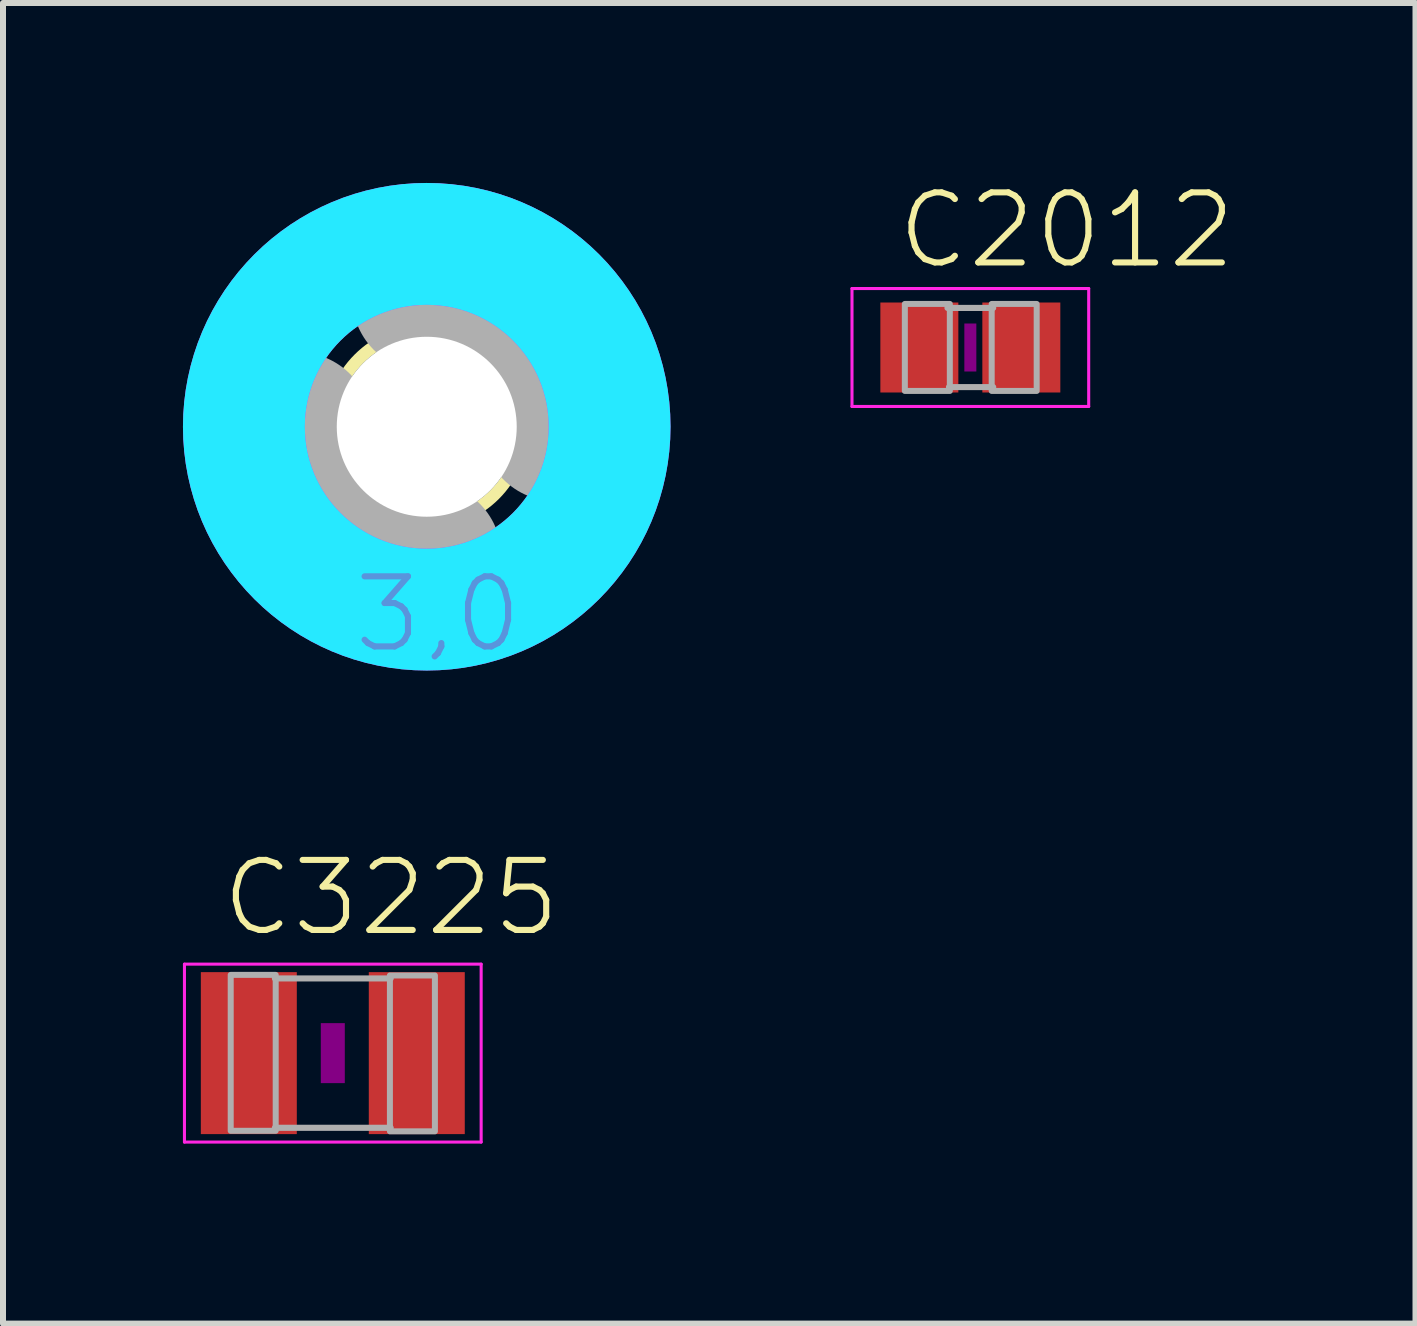
<source format=kicad_pcb>
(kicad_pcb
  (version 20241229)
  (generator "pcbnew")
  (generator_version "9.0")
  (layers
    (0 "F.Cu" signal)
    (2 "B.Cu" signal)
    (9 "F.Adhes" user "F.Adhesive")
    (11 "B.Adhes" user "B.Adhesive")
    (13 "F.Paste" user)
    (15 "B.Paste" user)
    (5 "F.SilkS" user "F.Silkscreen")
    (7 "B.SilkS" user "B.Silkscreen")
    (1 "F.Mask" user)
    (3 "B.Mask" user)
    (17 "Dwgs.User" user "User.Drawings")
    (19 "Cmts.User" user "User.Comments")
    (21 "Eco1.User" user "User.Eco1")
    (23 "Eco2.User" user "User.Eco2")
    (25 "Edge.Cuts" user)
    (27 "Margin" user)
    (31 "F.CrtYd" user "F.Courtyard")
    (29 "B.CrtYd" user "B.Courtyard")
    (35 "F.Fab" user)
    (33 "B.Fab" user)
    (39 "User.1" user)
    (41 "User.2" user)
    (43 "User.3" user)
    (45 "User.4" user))
  (footprint "C2012"
    (layer "F.Cu")
    (at 13.126 2.743)
    (property "Reference" "C2012" (at -1.27 -1.27 0) (layer "F.SilkS") (effects (font (size 1.168 1.168) (thickness 0.102)) (justify left bottom)))
    (fp_poly (pts (xy -0.1 0.4) (xy 0.1 0.4) (xy 0.1 -0.4) (xy -0.1 -0.4)) (stroke (width 0) (type solid)) (fill yes) (layer "F.Adhes"))
    (fp_line (start -1.973 -0.983) (end 1.973 -0.983) (stroke (width 0.051) (type solid)) (layer "F.CrtYd"))
    (fp_line (start -1.973 0.983) (end -1.973 -0.983) (stroke (width 0.051) (type solid)) (layer "F.CrtYd"))
    (fp_line (start 1.973 -0.983) (end 1.973 0.983) (stroke (width 0.051) (type solid)) (layer "F.CrtYd"))
    (fp_line (start 1.973 0.983) (end -1.973 0.983) (stroke (width 0.051) (type solid)) (layer "F.CrtYd"))
    (fp_line (start -0.381 -0.66) (end 0.381 -0.66) (stroke (width 0.102) (type solid)) (layer "F.Fab"))
    (fp_line (start -0.356 0.66) (end 0.381 0.66) (stroke (width 0.102) (type solid)) (layer "F.Fab"))
    (fp_poly (pts (xy -1.092 0.724) (xy -0.342 0.724) (xy -0.342 -0.726) (xy -1.092 -0.726)) (stroke (width 0.1) (type solid)) (fill no) (layer "F.Fab"))
    (fp_poly (pts (xy 0.356 0.724) (xy 1.106 0.724) (xy 1.106 -0.726) (xy 0.356 -0.726)) (stroke (width 0.1) (type solid)) (fill no) (layer "F.Fab"))
    (pad "1" smd rect (at -0.85 0) (size 1.3 1.5) (layers "F.Cu" "F.Mask" "F.Paste"))
    (pad "2" smd rect (at 0.85 0) (size 1.3 1.5) (layers "F.Cu" "F.Mask" "F.Paste")))
  (footprint "C3225"
    (layer "F.Cu")
    (at 2.498 14.506)
    (property "Reference" "C3225" (at -1.905 -1.905 0) (layer "F.SilkS") (effects (font (size 1.168 1.168) (thickness 0.102)) (justify left bottom)))
    (fp_poly (pts (xy -0.2 0.5) (xy 0.2 0.5) (xy 0.2 -0.5) (xy -0.2 -0.5)) (stroke (width 0) (type solid)) (fill yes) (layer "F.Adhes"))
    (fp_line (start -2.473 -1.483) (end 2.473 -1.483) (stroke (width 0.051) (type solid)) (layer "F.CrtYd"))
    (fp_line (start -2.473 1.483) (end -2.473 -1.483) (stroke (width 0.051) (type solid)) (layer "F.CrtYd"))
    (fp_line (start 2.473 -1.483) (end 2.473 1.483) (stroke (width 0.051) (type solid)) (layer "F.CrtYd"))
    (fp_line (start 2.473 1.483) (end -2.473 1.483) (stroke (width 0.051) (type solid)) (layer "F.CrtYd"))
    (fp_line (start -0.965 -1.245) (end 0.965 -1.245) (stroke (width 0.102) (type solid)) (layer "F.Fab"))
    (fp_line (start -0.965 1.245) (end 0.965 1.245) (stroke (width 0.102) (type solid)) (layer "F.Fab"))
    (fp_poly (pts (xy -1.702 1.295) (xy -0.952 1.295) (xy -0.952 -1.304) (xy -1.702 -1.304)) (stroke (width 0.1) (type solid)) (fill no) (layer "F.Fab"))
    (fp_poly (pts (xy 0.952 1.304) (xy 1.702 1.304) (xy 1.702 -1.295) (xy 0.952 -1.295)) (stroke (width 0.1) (type solid)) (fill no) (layer "F.Fab"))
    (pad "1" smd rect (at -1.4 0) (size 1.6 2.7) (layers "F.Cu" "F.Mask" "F.Paste"))
    (pad "2" smd rect (at 1.4 0) (size 1.6 2.7) (layers "F.Cu" "F.Mask" "F.Paste")))
  (footprint "3,0"
    (layer "F.Cu")
    (at 4.064 4.064)
    (property "Reference" "3,0" (at 0 0 0) (layer "F.SilkS") (effects (font (size 1.27 1.27) (thickness 0.15))))
    (fp_circle (center 0 0) (end 1.6 0) (stroke (width 0.203) (type solid)) (fill no) (layer "F.SilkS"))
    (fp_circle (center 0 0) (end 3.429 0) (stroke (width 0.152) (type solid)) (fill no) (layer "F.SilkS"))
    (fp_circle (center 0 0) (end 3.048 0) (stroke (width 2.032) (type solid)) (fill no) (layer "B.CrtYd"))
    (fp_circle (center 0 0) (end 3.048 0) (stroke (width 2.032) (type solid)) (fill no) (layer "F.CrtYd"))
    (fp_arc (start 0 -2.159) (mid 1.526644 -1.526644) (end 2.159 0) (stroke (width 2.4892) (type solid)) (layer "F.Fab"))
    (fp_arc (start 0 2.159) (mid -1.526644 1.526644) (end -2.159 0) (stroke (width 2.4892) (type solid)) (layer "F.Fab"))
    (fp_circle (center 0 0) (end 0.762 0) (stroke (width 0.457) (type solid)) (fill no) (layer "F.Fab"))
    (fp_text user "3,0" (at -1.27 3.81 0) (layer "Cmts.User") (effects (font (size 1.168 1.168) (thickness 0.102)) (justify left bottom)))
    (pad "" np_thru_hole circle (at 0 0) (size 3 3) (drill 3) (layers "*.Cu" "*.Mask"))
    (zone (net_name "") (layer "F.Cu") (hatch edge 0.508) (connect_pads) (min_thickness 0.254) (filled_areas_thickness no) (keepout (tracks not_allowed) (vias not_allowed) (pads not_allowed) (copperpour not_allowed) (footprints allowed)) (placement (enabled no)) (fill) (polygon (pts (xy 8.128 4.064) (xy 8.066 3.358) (xy 7.883 2.674) (xy 7.584 2.032) (xy 7.177 1.452) (xy 6.676 0.951) (xy 6.096 0.544) (xy 5.454 0.245) (xy 4.77 0.062) (xy 4.064 0) (xy 3.358 0.062) (xy 2.674 0.245) (xy 2.032 0.544) (xy 1.452 0.951) (xy 0.951 1.452) (xy 0.544 2.032) (xy 0.245 2.674) (xy 0.062 3.358) (xy 0 4.064) (xy 0.062 4.77) (xy 0.245 5.454) (xy 0.544 6.096) (xy 0.951 6.676) (xy 1.452 7.177) (xy 2.032 7.584) (xy 2.674 7.883) (xy 3.358 8.066) (xy 4.064 8.128) (xy 4.77 8.066) (xy 5.454 7.883) (xy 6.096 7.584) (xy 6.676 7.177) (xy 7.177 6.676) (xy 7.584 6.096) (xy 7.883 5.454) (xy 8.066 4.77))) (polygon (pts (xy 6.096 4.064) (xy 6.065 3.711) (xy 5.973 3.369) (xy 5.824 3.048) (xy 5.621 2.758) (xy 5.37 2.507) (xy 5.08 2.304) (xy 4.759 2.155) (xy 4.417 2.063) (xy 4.064 2.032) (xy 3.711 2.063) (xy 3.369 2.155) (xy 3.048 2.304) (xy 2.758 2.507) (xy 2.507 2.758) (xy 2.304 3.048) (xy 2.155 3.369) (xy 2.063 3.711) (xy 2.032 4.064) (xy 2.063 4.417) (xy 2.155 4.759) (xy 2.304 5.08) (xy 2.507 5.37) (xy 2.758 5.621) (xy 3.048 5.824) (xy 3.369 5.973) (xy 3.711 6.065) (xy 4.064 6.096) (xy 4.417 6.065) (xy 4.759 5.973) (xy 5.08 5.824) (xy 5.37 5.621) (xy 5.621 5.37) (xy 5.824 5.08) (xy 5.973 4.759) (xy 6.065 4.417))))
    (zone (net_name "") (layers "F.Cu" "B.Cu") (hatch edge 0.508) (connect_pads) (min_thickness 0.254) (filled_areas_thickness no) (keepout (tracks allowed) (vias not_allowed) (pads allowed) (copperpour allowed) (footprints allowed)) (placement (enabled no)) (fill) (polygon (pts (xy 8.128 4.064) (xy 8.066 3.358) (xy 7.883 2.674) (xy 7.584 2.032) (xy 7.177 1.452) (xy 6.676 0.951) (xy 6.096 0.544) (xy 5.454 0.245) (xy 4.77 0.062) (xy 4.064 0) (xy 3.358 0.062) (xy 2.674 0.245) (xy 2.032 0.544) (xy 1.452 0.951) (xy 0.951 1.452) (xy 0.544 2.032) (xy 0.245 2.674) (xy 0.062 3.358) (xy 0 4.064) (xy 0.062 4.77) (xy 0.245 5.454) (xy 0.544 6.096) (xy 0.951 6.676) (xy 1.452 7.177) (xy 2.032 7.584) (xy 2.674 7.883) (xy 3.358 8.066) (xy 4.064 8.128) (xy 4.77 8.066) (xy 5.454 7.883) (xy 6.096 7.584) (xy 6.676 7.177) (xy 7.177 6.676) (xy 7.584 6.096) (xy 7.883 5.454) (xy 8.066 4.77))) (polygon (pts (xy 6.096 4.064) (xy 6.065 3.711) (xy 5.973 3.369) (xy 5.824 3.048) (xy 5.621 2.758) (xy 5.37 2.507) (xy 5.08 2.304) (xy 4.759 2.155) (xy 4.417 2.063) (xy 4.064 2.032) (xy 3.711 2.063) (xy 3.369 2.155) (xy 3.048 2.304) (xy 2.758 2.507) (xy 2.507 2.758) (xy 2.304 3.048) (xy 2.155 3.369) (xy 2.063 3.711) (xy 2.032 4.064) (xy 2.063 4.417) (xy 2.155 4.759) (xy 2.304 5.08) (xy 2.507 5.37) (xy 2.758 5.621) (xy 3.048 5.824) (xy 3.369 5.973) (xy 3.711 6.065) (xy 4.064 6.096) (xy 4.417 6.065) (xy 4.759 5.973) (xy 5.08 5.824) (xy 5.37 5.621) (xy 5.621 5.37) (xy 5.824 5.08) (xy 5.973 4.759) (xy 6.065 4.417))))
    (zone (net_name "") (layer "B.Cu") (hatch edge 0.508) (connect_pads) (min_thickness 0.254) (filled_areas_thickness no) (keepout (tracks not_allowed) (vias not_allowed) (pads not_allowed) (copperpour not_allowed) (footprints allowed)) (placement (enabled no)) (fill) (polygon (pts (xy 8.128 4.064) (xy 8.066 3.358) (xy 7.883 2.674) (xy 7.584 2.032) (xy 7.177 1.452) (xy 6.676 0.951) (xy 6.096 0.544) (xy 5.454 0.245) (xy 4.77 0.062) (xy 4.064 0) (xy 3.358 0.062) (xy 2.674 0.245) (xy 2.032 0.544) (xy 1.452 0.951) (xy 0.951 1.452) (xy 0.544 2.032) (xy 0.245 2.674) (xy 0.062 3.358) (xy 0 4.064) (xy 0.062 4.77) (xy 0.245 5.454) (xy 0.544 6.096) (xy 0.951 6.676) (xy 1.452 7.177) (xy 2.032 7.584) (xy 2.674 7.883) (xy 3.358 8.066) (xy 4.064 8.128) (xy 4.77 8.066) (xy 5.454 7.883) (xy 6.096 7.584) (xy 6.676 7.177) (xy 7.177 6.676) (xy 7.584 6.096) (xy 7.883 5.454) (xy 8.066 4.77))) (polygon (pts (xy 6.096 4.064) (xy 6.065 3.711) (xy 5.973 3.369) (xy 5.824 3.048) (xy 5.621 2.758) (xy 5.37 2.507) (xy 5.08 2.304) (xy 4.759 2.155) (xy 4.417 2.063) (xy 4.064 2.032) (xy 3.711 2.063) (xy 3.369 2.155) (xy 3.048 2.304) (xy 2.758 2.507) (xy 2.507 2.758) (xy 2.304 3.048) (xy 2.155 3.369) (xy 2.063 3.711) (xy 2.032 4.064) (xy 2.063 4.417) (xy 2.155 4.759) (xy 2.304 5.08) (xy 2.507 5.37) (xy 2.758 5.621) (xy 3.048 5.824) (xy 3.369 5.973) (xy 3.711 6.065) (xy 4.064 6.096) (xy 4.417 6.065) (xy 4.759 5.973) (xy 5.08 5.824) (xy 5.37 5.621) (xy 5.621 5.37) (xy 5.824 5.08) (xy 5.973 4.759) (xy 6.065 4.417)))))
  (gr_rect
    (start -3 -3)
    (end 20.547 19.015)
    (stroke (width 0.1) (type default))
    (fill no)
    (layer "Edge.Cuts")))
</source>
